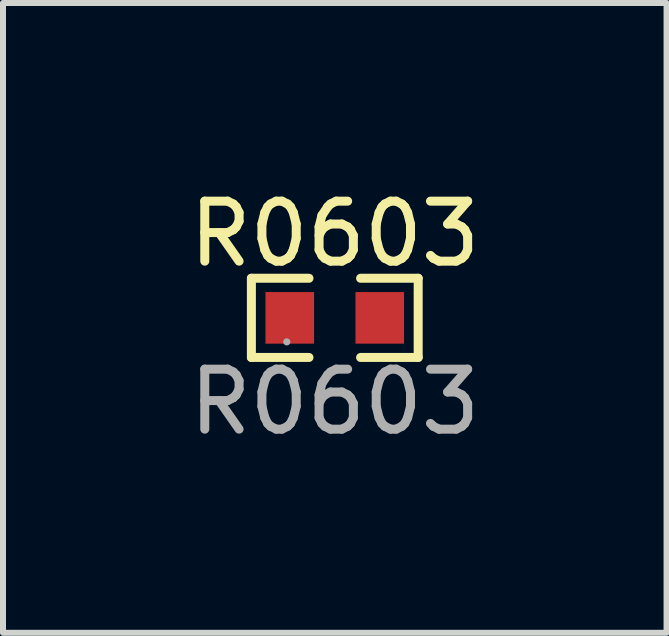
<source format=kicad_pcb>
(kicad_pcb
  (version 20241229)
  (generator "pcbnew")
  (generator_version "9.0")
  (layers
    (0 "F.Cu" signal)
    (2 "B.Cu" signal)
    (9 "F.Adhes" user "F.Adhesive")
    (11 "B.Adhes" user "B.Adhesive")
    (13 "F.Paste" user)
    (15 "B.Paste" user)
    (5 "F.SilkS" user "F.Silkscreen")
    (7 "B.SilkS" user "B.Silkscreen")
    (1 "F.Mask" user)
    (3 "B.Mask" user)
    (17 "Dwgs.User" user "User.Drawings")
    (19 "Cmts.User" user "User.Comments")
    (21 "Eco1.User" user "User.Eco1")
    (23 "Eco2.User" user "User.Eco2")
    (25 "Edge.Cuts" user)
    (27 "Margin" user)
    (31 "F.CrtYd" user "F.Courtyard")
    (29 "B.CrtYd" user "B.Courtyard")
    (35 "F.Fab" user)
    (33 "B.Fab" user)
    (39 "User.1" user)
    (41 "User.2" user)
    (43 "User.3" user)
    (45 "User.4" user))
  (footprint "R0603"
    (layer "F.Cu")
    (at 2.53 2.248)
    (property "Reference" "R0603" (at 0 -1.4 0) (layer "F.SilkS") (effects (font (size 1 1) (thickness 0.15))))
    (attr smd)
    (fp_line (start -1.39 -0.66) (end -0.43 -0.66) (stroke (width 0.15) (type solid)) (layer "F.SilkS"))
    (fp_line (start -1.39 0.66) (end -1.39 -0.66) (stroke (width 0.15) (type solid)) (layer "F.SilkS"))
    (fp_line (start -0.43 0.66) (end -1.39 0.66) (stroke (width 0.15) (type solid)) (layer "F.SilkS"))
    (fp_line (start 0.43 0.66) (end 1.39 0.66) (stroke (width 0.15) (type solid)) (layer "F.SilkS"))
    (fp_line (start 1.39 -0.66) (end 0.43 -0.66) (stroke (width 0.15) (type solid)) (layer "F.SilkS"))
    (fp_line (start 1.39 0.66) (end 1.39 -0.66) (stroke (width 0.15) (type solid)) (layer "F.SilkS"))
    (fp_circle (center -0.8 0.4) (end -0.77 0.4) (stroke (width 0.06) (type solid)) (fill no) (layer "F.Fab"))
    (fp_text user "${REFERENCE}" (at 0 1.4 0) (layer "F.Fab") (effects (font (size 1 1) (thickness 0.15))))
    (pad "1" smd rect (at -0.75 0) (size 0.81 0.86) (layers "F.Cu" "F.Mask" "F.Paste"))
    (pad "2" smd rect (at 0.75 0) (size 0.81 0.86) (layers "F.Cu" "F.Mask" "F.Paste")))
  (gr_rect
    (start -3 -3)
    (end 8.06 7.497)
    (stroke (width 0.1) (type default))
    (fill no)
    (layer "Edge.Cuts")))
</source>
